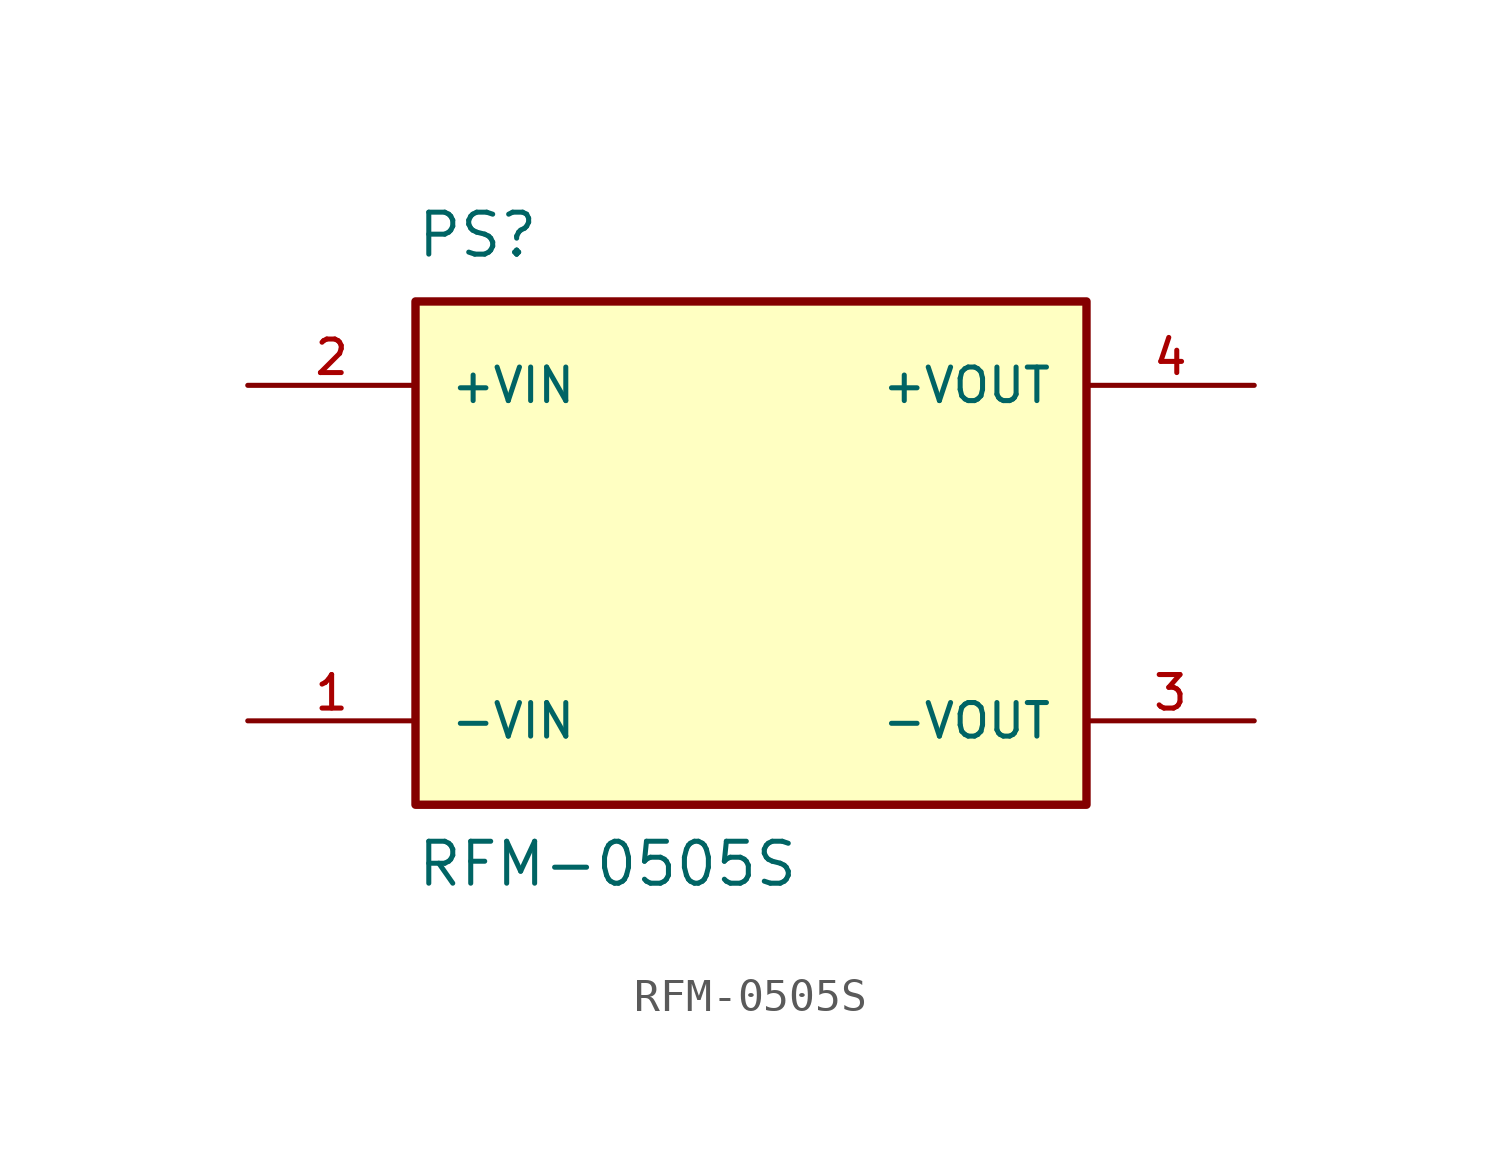
<source format=kicad_sym>
(kicad_symbol_lib
  (version 20211014)
  (generator kicad_symbol_editor)
  (symbol "RFM-0505S"
    (pin_names
      (offset 1.016))
    (property "Reference" "PS"
      (at -10.16 8.89 0)
      (effects (font (size 1.27 1.27)) (justify left bottom)))
    (property "Value" "RFM-0505S"
      (at -10.16 -10.16 0)
      (effects (font (size 1.27 1.27)) (justify left bottom)))
    (property "ki_locked" ""
      (at 0 0 0)
      (effects (font (size 1.27 1.27))))
    (symbol "RFM-0505S_0_0"
      (rectangle (start -10.16 -7.62) (end 10.16 7.62) (stroke (width 0.254) (type default) (color 0 0 0 0)) (fill (type background)))
      (pin power_in line (at -15.24 -5.08 0) (length 5.08) (name "-VIN" (effects (font (size 1.016 1.016)))) (number "1" (effects (font (size 1.016 1.016)))))
      (pin power_in line (at -15.24 5.08 0) (length 5.08) (name "+VIN" (effects (font (size 1.016 1.016)))) (number "2" (effects (font (size 1.016 1.016)))))
      (pin power_out line (at 15.24 -5.08 180) (length 5.08) (name "-VOUT" (effects (font (size 1.016 1.016)))) (number "3" (effects (font (size 1.016 1.016)))))
      (pin power_out line (at 15.24 5.08 180) (length 5.08) (name "+VOUT" (effects (font (size 1.016 1.016)))) (number "4" (effects (font (size 1.016 1.016))))))))
</source>
